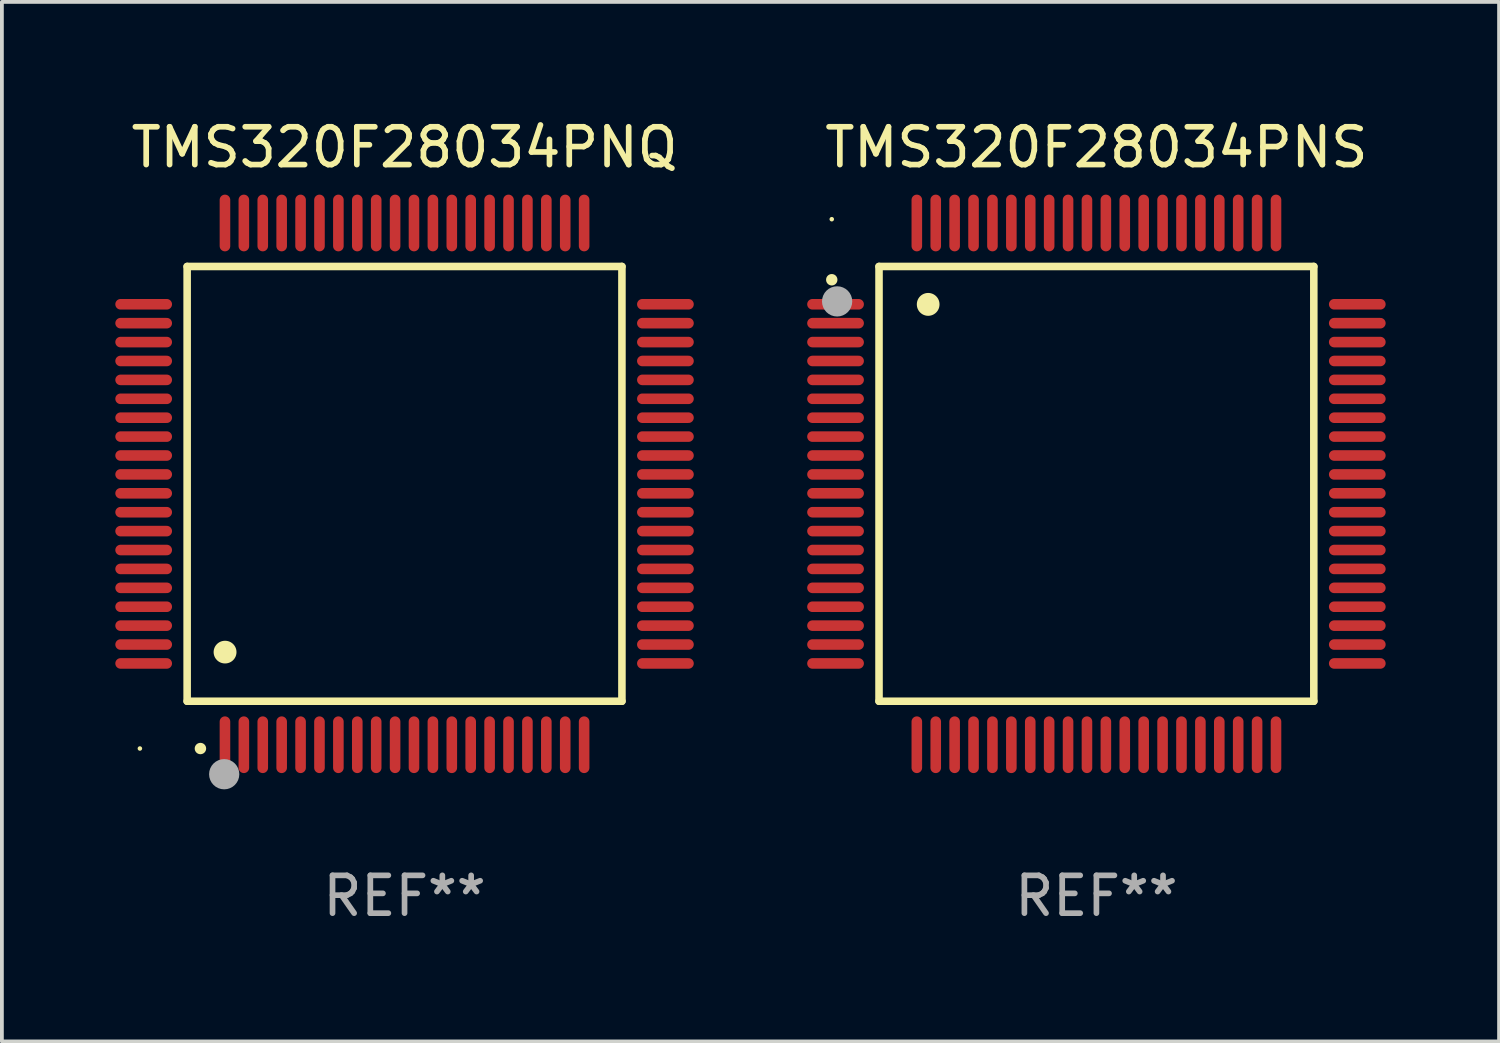
<source format=kicad_pcb>
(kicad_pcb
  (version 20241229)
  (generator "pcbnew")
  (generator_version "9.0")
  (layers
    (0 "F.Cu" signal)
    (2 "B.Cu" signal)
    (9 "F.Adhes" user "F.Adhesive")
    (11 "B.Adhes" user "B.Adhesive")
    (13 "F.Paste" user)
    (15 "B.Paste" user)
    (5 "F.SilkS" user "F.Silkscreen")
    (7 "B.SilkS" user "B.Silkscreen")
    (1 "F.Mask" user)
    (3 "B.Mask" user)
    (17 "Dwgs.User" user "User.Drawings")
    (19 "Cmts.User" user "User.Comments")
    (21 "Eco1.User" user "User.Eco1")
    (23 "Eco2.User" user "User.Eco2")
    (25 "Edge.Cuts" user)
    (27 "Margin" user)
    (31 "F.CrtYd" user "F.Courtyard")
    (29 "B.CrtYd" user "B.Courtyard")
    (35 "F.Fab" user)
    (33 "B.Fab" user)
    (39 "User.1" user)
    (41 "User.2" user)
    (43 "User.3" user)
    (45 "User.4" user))
  (footprint "TMS320F28034PNS"
    (layer "F.Cu")
    (at 25.95 9.748)
    (property "Reference" "TMS320F28034PNS" (at 0 -8.9 0) (layer "F.SilkS") (effects (font (size 1 1) (thickness 0.15))))
    (attr through_hole)
    (fp_line (start -5.75 -5.75) (end 5.75 -5.75) (stroke (width 0.2) (type solid)) (layer "F.SilkS"))
    (fp_line (start -5.75 5.75) (end -5.75 -5.75) (stroke (width 0.2) (type solid)) (layer "F.SilkS"))
    (fp_line (start 5.75 -5.75) (end 5.75 5.75) (stroke (width 0.2) (type solid)) (layer "F.SilkS"))
    (fp_line (start 5.75 5.75) (end -5.75 5.75) (stroke (width 0.2) (type solid)) (layer "F.SilkS"))
    (fp_arc (start -7.000229 -5.397435) (mid -7.000234 -5.398705) (end -7.000229 -5.399975) (stroke (width 0.3) (type solid)) (layer "F.SilkS"))
    (fp_arc (start -4.450064 -4.744653) (mid -4.450075 -4.747193) (end -4.450064 -4.749733) (stroke (width 0.6) (type solid)) (layer "F.SilkS"))
    (fp_circle (center -7 -7) (end -6.97 -7) (stroke (width 0.06) (type solid)) (fill no) (layer "F.SilkS"))
    (fp_circle (center -6.858 -4.826) (end -6.658 -4.826) (stroke (width 0.4) (type solid)) (fill no) (layer "F.Fab"))
    (fp_text user "REF**" (at 0 10.9 0) (layer "F.Fab") (effects (font (size 1 1) (thickness 0.15))))
    (pad "1" smd oval (at -6.9 -4.75 90) (size 0.28 1.5) (layers "F.Cu" "F.Mask" "F.Paste"))
    (pad "2" smd oval (at -6.9 -4.25 90) (size 0.28 1.5) (layers "F.Cu" "F.Mask" "F.Paste"))
    (pad "3" smd oval (at -6.9 -3.75 90) (size 0.28 1.5) (layers "F.Cu" "F.Mask" "F.Paste"))
    (pad "4" smd oval (at -6.9 -3.25 90) (size 0.28 1.5) (layers "F.Cu" "F.Mask" "F.Paste"))
    (pad "5" smd oval (at -6.9 -2.75 90) (size 0.28 1.5) (layers "F.Cu" "F.Mask" "F.Paste"))
    (pad "6" smd oval (at -6.9 -2.25 90) (size 0.28 1.5) (layers "F.Cu" "F.Mask" "F.Paste"))
    (pad "7" smd oval (at -6.9 -1.75 90) (size 0.28 1.5) (layers "F.Cu" "F.Mask" "F.Paste"))
    (pad "8" smd oval (at -6.9 -1.25 90) (size 0.28 1.5) (layers "F.Cu" "F.Mask" "F.Paste"))
    (pad "9" smd oval (at -6.9 -0.75 90) (size 0.28 1.5) (layers "F.Cu" "F.Mask" "F.Paste"))
    (pad "10" smd oval (at -6.9 -0.25 90) (size 0.28 1.5) (layers "F.Cu" "F.Mask" "F.Paste"))
    (pad "11" smd oval (at -6.9 0.25 90) (size 0.28 1.5) (layers "F.Cu" "F.Mask" "F.Paste"))
    (pad "12" smd oval (at -6.9 0.75 90) (size 0.28 1.5) (layers "F.Cu" "F.Mask" "F.Paste"))
    (pad "13" smd oval (at -6.9 1.25 90) (size 0.28 1.5) (layers "F.Cu" "F.Mask" "F.Paste"))
    (pad "14" smd oval (at -6.9 1.75 90) (size 0.28 1.5) (layers "F.Cu" "F.Mask" "F.Paste"))
    (pad "15" smd oval (at -6.9 2.25 90) (size 0.28 1.5) (layers "F.Cu" "F.Mask" "F.Paste"))
    (pad "16" smd oval (at -6.9 2.75 90) (size 0.28 1.5) (layers "F.Cu" "F.Mask" "F.Paste"))
    (pad "17" smd oval (at -6.9 3.25 90) (size 0.28 1.5) (layers "F.Cu" "F.Mask" "F.Paste"))
    (pad "18" smd oval (at -6.9 3.75 90) (size 0.28 1.5) (layers "F.Cu" "F.Mask" "F.Paste"))
    (pad "19" smd oval (at -6.9 4.25 90) (size 0.28 1.5) (layers "F.Cu" "F.Mask" "F.Paste"))
    (pad "20" smd oval (at -6.9 4.75 270) (size 0.28 1.5) (layers "F.Cu" "F.Mask" "F.Paste"))
    (pad "21" smd oval (at -4.75 6.9 180) (size 0.28 1.5) (layers "F.Cu" "F.Mask" "F.Paste"))
    (pad "22" smd oval (at -4.25 6.9) (size 0.28 1.5) (layers "F.Cu" "F.Mask" "F.Paste"))
    (pad "23" smd oval (at -3.75 6.9) (size 0.28 1.5) (layers "F.Cu" "F.Mask" "F.Paste"))
    (pad "24" smd oval (at -3.25 6.9) (size 0.28 1.5) (layers "F.Cu" "F.Mask" "F.Paste"))
    (pad "25" smd oval (at -2.75 6.9) (size 0.28 1.5) (layers "F.Cu" "F.Mask" "F.Paste"))
    (pad "26" smd oval (at -2.25 6.9) (size 0.28 1.5) (layers "F.Cu" "F.Mask" "F.Paste"))
    (pad "27" smd oval (at -1.75 6.9) (size 0.28 1.5) (layers "F.Cu" "F.Mask" "F.Paste"))
    (pad "28" smd oval (at -1.25 6.9) (size 0.28 1.5) (layers "F.Cu" "F.Mask" "F.Paste"))
    (pad "29" smd oval (at -0.75 6.9) (size 0.28 1.5) (layers "F.Cu" "F.Mask" "F.Paste"))
    (pad "30" smd oval (at -0.25 6.9) (size 0.28 1.5) (layers "F.Cu" "F.Mask" "F.Paste"))
    (pad "31" smd oval (at 0.25 6.9) (size 0.28 1.5) (layers "F.Cu" "F.Mask" "F.Paste"))
    (pad "32" smd oval (at 0.75 6.9) (size 0.28 1.5) (layers "F.Cu" "F.Mask" "F.Paste"))
    (pad "33" smd oval (at 1.25 6.9) (size 0.28 1.5) (layers "F.Cu" "F.Mask" "F.Paste"))
    (pad "34" smd oval (at 1.75 6.9) (size 0.28 1.5) (layers "F.Cu" "F.Mask" "F.Paste"))
    (pad "35" smd oval (at 2.25 6.9) (size 0.28 1.5) (layers "F.Cu" "F.Mask" "F.Paste"))
    (pad "36" smd oval (at 2.75 6.9) (size 0.28 1.5) (layers "F.Cu" "F.Mask" "F.Paste"))
    (pad "37" smd oval (at 3.25 6.9) (size 0.28 1.5) (layers "F.Cu" "F.Mask" "F.Paste"))
    (pad "38" smd oval (at 3.75 6.9) (size 0.28 1.5) (layers "F.Cu" "F.Mask" "F.Paste"))
    (pad "39" smd oval (at 4.25 6.9) (size 0.28 1.5) (layers "F.Cu" "F.Mask" "F.Paste"))
    (pad "40" smd oval (at 4.75 6.9) (size 0.28 1.5) (layers "F.Cu" "F.Mask" "F.Paste"))
    (pad "41" smd oval (at 6.9 4.75 270) (size 0.28 1.5) (layers "F.Cu" "F.Mask" "F.Paste"))
    (pad "42" smd oval (at 6.9 4.25 90) (size 0.28 1.5) (layers "F.Cu" "F.Mask" "F.Paste"))
    (pad "43" smd oval (at 6.9 3.75 90) (size 0.28 1.5) (layers "F.Cu" "F.Mask" "F.Paste"))
    (pad "44" smd oval (at 6.9 3.25 90) (size 0.28 1.5) (layers "F.Cu" "F.Mask" "F.Paste"))
    (pad "45" smd oval (at 6.9 2.75 90) (size 0.28 1.5) (layers "F.Cu" "F.Mask" "F.Paste"))
    (pad "46" smd oval (at 6.9 2.25 90) (size 0.28 1.5) (layers "F.Cu" "F.Mask" "F.Paste"))
    (pad "47" smd oval (at 6.9 1.75 90) (size 0.28 1.5) (layers "F.Cu" "F.Mask" "F.Paste"))
    (pad "48" smd oval (at 6.9 1.25 90) (size 0.28 1.5) (layers "F.Cu" "F.Mask" "F.Paste"))
    (pad "49" smd oval (at 6.9 0.75 90) (size 0.28 1.5) (layers "F.Cu" "F.Mask" "F.Paste"))
    (pad "50" smd oval (at 6.9 0.25 90) (size 0.28 1.5) (layers "F.Cu" "F.Mask" "F.Paste"))
    (pad "51" smd oval (at 6.9 -0.25 90) (size 0.28 1.5) (layers "F.Cu" "F.Mask" "F.Paste"))
    (pad "52" smd oval (at 6.9 -0.75 90) (size 0.28 1.5) (layers "F.Cu" "F.Mask" "F.Paste"))
    (pad "53" smd oval (at 6.9 -1.25 90) (size 0.28 1.5) (layers "F.Cu" "F.Mask" "F.Paste"))
    (pad "54" smd oval (at 6.9 -1.75 90) (size 0.28 1.5) (layers "F.Cu" "F.Mask" "F.Paste"))
    (pad "55" smd oval (at 6.9 -2.25 90) (size 0.28 1.5) (layers "F.Cu" "F.Mask" "F.Paste"))
    (pad "56" smd oval (at 6.9 -2.75 90) (size 0.28 1.5) (layers "F.Cu" "F.Mask" "F.Paste"))
    (pad "57" smd oval (at 6.9 -3.25 90) (size 0.28 1.5) (layers "F.Cu" "F.Mask" "F.Paste"))
    (pad "58" smd oval (at 6.9 -3.75 90) (size 0.28 1.5) (layers "F.Cu" "F.Mask" "F.Paste"))
    (pad "59" smd oval (at 6.9 -4.25 90) (size 0.28 1.5) (layers "F.Cu" "F.Mask" "F.Paste"))
    (pad "60" smd oval (at 6.9 -4.75 90) (size 0.28 1.5) (layers "F.Cu" "F.Mask" "F.Paste"))
    (pad "61" smd oval (at 4.75 -6.9) (size 0.28 1.5) (layers "F.Cu" "F.Mask" "F.Paste"))
    (pad "62" smd oval (at 4.25 -6.9) (size 0.28 1.5) (layers "F.Cu" "F.Mask" "F.Paste"))
    (pad "63" smd oval (at 3.75 -6.9) (size 0.28 1.5) (layers "F.Cu" "F.Mask" "F.Paste"))
    (pad "64" smd oval (at 3.25 -6.9) (size 0.28 1.5) (layers "F.Cu" "F.Mask" "F.Paste"))
    (pad "65" smd oval (at 2.75 -6.9) (size 0.28 1.5) (layers "F.Cu" "F.Mask" "F.Paste"))
    (pad "66" smd oval (at 2.25 -6.9) (size 0.28 1.5) (layers "F.Cu" "F.Mask" "F.Paste"))
    (pad "67" smd oval (at 1.75 -6.9) (size 0.28 1.5) (layers "F.Cu" "F.Mask" "F.Paste"))
    (pad "68" smd oval (at 1.25 -6.9) (size 0.28 1.5) (layers "F.Cu" "F.Mask" "F.Paste"))
    (pad "69" smd oval (at 0.75 -6.9) (size 0.28 1.5) (layers "F.Cu" "F.Mask" "F.Paste"))
    (pad "70" smd oval (at 0.25 -6.9) (size 0.28 1.5) (layers "F.Cu" "F.Mask" "F.Paste"))
    (pad "71" smd oval (at -0.25 -6.9) (size 0.28 1.5) (layers "F.Cu" "F.Mask" "F.Paste"))
    (pad "72" smd oval (at -0.75 -6.9) (size 0.28 1.5) (layers "F.Cu" "F.Mask" "F.Paste"))
    (pad "73" smd oval (at -1.25 -6.9) (size 0.28 1.5) (layers "F.Cu" "F.Mask" "F.Paste"))
    (pad "74" smd oval (at -1.75 -6.9) (size 0.28 1.5) (layers "F.Cu" "F.Mask" "F.Paste"))
    (pad "75" smd oval (at -2.25 -6.9) (size 0.28 1.5) (layers "F.Cu" "F.Mask" "F.Paste"))
    (pad "76" smd oval (at -2.75 -6.9) (size 0.28 1.5) (layers "F.Cu" "F.Mask" "F.Paste"))
    (pad "77" smd oval (at -3.25 -6.9) (size 0.28 1.5) (layers "F.Cu" "F.Mask" "F.Paste"))
    (pad "78" smd oval (at -3.75 -6.9) (size 0.28 1.5) (layers "F.Cu" "F.Mask" "F.Paste"))
    (pad "79" smd oval (at -4.25 -6.9) (size 0.28 1.5) (layers "F.Cu" "F.Mask" "F.Paste"))
    (pad "80" smd oval (at -4.75 -6.9 180) (size 0.28 1.5) (layers "F.Cu" "F.Mask" "F.Paste")))
  (footprint "TMS320F28034PNQ"
    (layer "F.Cu")
    (at 7.65 9.748)
    (property "Reference" "TMS320F28034PNQ" (at 0 -8.9 0) (layer "F.SilkS") (effects (font (size 1 1) (thickness 0.15))))
    (attr through_hole)
    (fp_line (start -5.75 -5.75) (end 5.75 -5.75) (stroke (width 0.2) (type solid)) (layer "F.SilkS"))
    (fp_line (start -5.75 5.75) (end -5.75 -5.75) (stroke (width 0.2) (type solid)) (layer "F.SilkS"))
    (fp_line (start 5.75 -5.75) (end 5.75 5.75) (stroke (width 0.2) (type solid)) (layer "F.SilkS"))
    (fp_line (start 5.75 5.75) (end -5.75 5.75) (stroke (width 0.2) (type solid)) (layer "F.SilkS"))
    (fp_arc (start -5.400051 7.000254) (mid -5.398781 7.000249) (end -5.397511 7.000254) (stroke (width 0.3) (type solid)) (layer "F.SilkS"))
    (fp_arc (start -4.749809 4.450089) (mid -4.747269 4.450078) (end -4.744729 4.450089) (stroke (width 0.6) (type solid)) (layer "F.SilkS"))
    (fp_circle (center -7 7) (end -6.97 7) (stroke (width 0.06) (type solid)) (fill no) (layer "F.SilkS"))
    (fp_circle (center -4.77 7.68) (end -4.57 7.68) (stroke (width 0.4) (type solid)) (fill no) (layer "F.Fab"))
    (fp_text user "REF**" (at 0 10.9 0) (layer "F.Fab") (effects (font (size 1 1) (thickness 0.15))))
    (pad "1" smd oval (at -4.75 6.9) (size 0.28 1.5) (layers "F.Cu" "F.Mask" "F.Paste"))
    (pad "2" smd oval (at -4.25 6.9) (size 0.28 1.5) (layers "F.Cu" "F.Mask" "F.Paste"))
    (pad "3" smd oval (at -3.75 6.9) (size 0.28 1.5) (layers "F.Cu" "F.Mask" "F.Paste"))
    (pad "4" smd oval (at -3.25 6.9) (size 0.28 1.5) (layers "F.Cu" "F.Mask" "F.Paste"))
    (pad "5" smd oval (at -2.75 6.9) (size 0.28 1.5) (layers "F.Cu" "F.Mask" "F.Paste"))
    (pad "6" smd oval (at -2.25 6.9) (size 0.28 1.5) (layers "F.Cu" "F.Mask" "F.Paste"))
    (pad "7" smd oval (at -1.75 6.9) (size 0.28 1.5) (layers "F.Cu" "F.Mask" "F.Paste"))
    (pad "8" smd oval (at -1.25 6.9) (size 0.28 1.5) (layers "F.Cu" "F.Mask" "F.Paste"))
    (pad "9" smd oval (at -0.75 6.9) (size 0.28 1.5) (layers "F.Cu" "F.Mask" "F.Paste"))
    (pad "10" smd oval (at -0.25 6.9) (size 0.28 1.5) (layers "F.Cu" "F.Mask" "F.Paste"))
    (pad "11" smd oval (at 0.25 6.9) (size 0.28 1.5) (layers "F.Cu" "F.Mask" "F.Paste"))
    (pad "12" smd oval (at 0.75 6.9) (size 0.28 1.5) (layers "F.Cu" "F.Mask" "F.Paste"))
    (pad "13" smd oval (at 1.25 6.9) (size 0.28 1.5) (layers "F.Cu" "F.Mask" "F.Paste"))
    (pad "14" smd oval (at 1.75 6.9) (size 0.28 1.5) (layers "F.Cu" "F.Mask" "F.Paste"))
    (pad "15" smd oval (at 2.25 6.9) (size 0.28 1.5) (layers "F.Cu" "F.Mask" "F.Paste"))
    (pad "16" smd oval (at 2.75 6.9) (size 0.28 1.5) (layers "F.Cu" "F.Mask" "F.Paste"))
    (pad "17" smd oval (at 3.25 6.9) (size 0.28 1.5) (layers "F.Cu" "F.Mask" "F.Paste"))
    (pad "18" smd oval (at 3.75 6.9) (size 0.28 1.5) (layers "F.Cu" "F.Mask" "F.Paste"))
    (pad "19" smd oval (at 4.25 6.9) (size 0.28 1.5) (layers "F.Cu" "F.Mask" "F.Paste"))
    (pad "20" smd oval (at 4.75 6.9) (size 0.28 1.5) (layers "F.Cu" "F.Mask" "F.Paste"))
    (pad "21" smd oval (at 6.9 4.75) (size 1.5 0.28) (layers "F.Cu" "F.Mask" "F.Paste"))
    (pad "22" smd oval (at 6.9 4.25) (size 1.5 0.28) (layers "F.Cu" "F.Mask" "F.Paste"))
    (pad "23" smd oval (at 6.9 3.75) (size 1.5 0.28) (layers "F.Cu" "F.Mask" "F.Paste"))
    (pad "24" smd oval (at 6.9 3.25) (size 1.5 0.28) (layers "F.Cu" "F.Mask" "F.Paste"))
    (pad "25" smd oval (at 6.9 2.75) (size 1.5 0.28) (layers "F.Cu" "F.Mask" "F.Paste"))
    (pad "26" smd oval (at 6.9 2.25) (size 1.5 0.28) (layers "F.Cu" "F.Mask" "F.Paste"))
    (pad "27" smd oval (at 6.9 1.75) (size 1.5 0.28) (layers "F.Cu" "F.Mask" "F.Paste"))
    (pad "28" smd oval (at 6.9 1.25) (size 1.5 0.28) (layers "F.Cu" "F.Mask" "F.Paste"))
    (pad "29" smd oval (at 6.9 0.75) (size 1.5 0.28) (layers "F.Cu" "F.Mask" "F.Paste"))
    (pad "30" smd oval (at 6.9 0.25) (size 1.5 0.28) (layers "F.Cu" "F.Mask" "F.Paste"))
    (pad "31" smd oval (at 6.9 -0.25) (size 1.5 0.28) (layers "F.Cu" "F.Mask" "F.Paste"))
    (pad "32" smd oval (at 6.9 -0.75) (size 1.5 0.28) (layers "F.Cu" "F.Mask" "F.Paste"))
    (pad "33" smd oval (at 6.9 -1.25) (size 1.5 0.28) (layers "F.Cu" "F.Mask" "F.Paste"))
    (pad "34" smd oval (at 6.9 -1.75) (size 1.5 0.28) (layers "F.Cu" "F.Mask" "F.Paste"))
    (pad "35" smd oval (at 6.9 -2.25) (size 1.5 0.28) (layers "F.Cu" "F.Mask" "F.Paste"))
    (pad "36" smd oval (at 6.9 -2.75) (size 1.5 0.28) (layers "F.Cu" "F.Mask" "F.Paste"))
    (pad "37" smd oval (at 6.9 -3.25) (size 1.5 0.28) (layers "F.Cu" "F.Mask" "F.Paste"))
    (pad "38" smd oval (at 6.9 -3.75) (size 1.5 0.28) (layers "F.Cu" "F.Mask" "F.Paste"))
    (pad "39" smd oval (at 6.9 -4.25) (size 1.5 0.28) (layers "F.Cu" "F.Mask" "F.Paste"))
    (pad "40" smd oval (at 6.9 -4.75) (size 1.5 0.28) (layers "F.Cu" "F.Mask" "F.Paste"))
    (pad "41" smd oval (at 4.75 -6.9) (size 0.28 1.5) (layers "F.Cu" "F.Mask" "F.Paste"))
    (pad "42" smd oval (at 4.25 -6.9) (size 0.28 1.5) (layers "F.Cu" "F.Mask" "F.Paste"))
    (pad "43" smd oval (at 3.75 -6.9) (size 0.28 1.5) (layers "F.Cu" "F.Mask" "F.Paste"))
    (pad "44" smd oval (at 3.25 -6.9) (size 0.28 1.5) (layers "F.Cu" "F.Mask" "F.Paste"))
    (pad "45" smd oval (at 2.75 -6.9) (size 0.28 1.5) (layers "F.Cu" "F.Mask" "F.Paste"))
    (pad "46" smd oval (at 2.25 -6.9) (size 0.28 1.5) (layers "F.Cu" "F.Mask" "F.Paste"))
    (pad "47" smd oval (at 1.75 -6.9) (size 0.28 1.5) (layers "F.Cu" "F.Mask" "F.Paste"))
    (pad "48" smd oval (at 1.25 -6.9) (size 0.28 1.5) (layers "F.Cu" "F.Mask" "F.Paste"))
    (pad "49" smd oval (at 0.75 -6.9) (size 0.28 1.5) (layers "F.Cu" "F.Mask" "F.Paste"))
    (pad "50" smd oval (at 0.25 -6.9) (size 0.28 1.5) (layers "F.Cu" "F.Mask" "F.Paste"))
    (pad "51" smd oval (at -0.25 -6.9) (size 0.28 1.5) (layers "F.Cu" "F.Mask" "F.Paste"))
    (pad "52" smd oval (at -0.75 -6.9) (size 0.28 1.5) (layers "F.Cu" "F.Mask" "F.Paste"))
    (pad "53" smd oval (at -1.25 -6.9) (size 0.28 1.5) (layers "F.Cu" "F.Mask" "F.Paste"))
    (pad "54" smd oval (at -1.75 -6.9) (size 0.28 1.5) (layers "F.Cu" "F.Mask" "F.Paste"))
    (pad "55" smd oval (at -2.25 -6.9) (size 0.28 1.5) (layers "F.Cu" "F.Mask" "F.Paste"))
    (pad "56" smd oval (at -2.75 -6.9) (size 0.28 1.5) (layers "F.Cu" "F.Mask" "F.Paste"))
    (pad "57" smd oval (at -3.25 -6.9) (size 0.28 1.5) (layers "F.Cu" "F.Mask" "F.Paste"))
    (pad "58" smd oval (at -3.75 -6.9) (size 0.28 1.5) (layers "F.Cu" "F.Mask" "F.Paste"))
    (pad "59" smd oval (at -4.25 -6.9) (size 0.28 1.5) (layers "F.Cu" "F.Mask" "F.Paste"))
    (pad "60" smd oval (at -4.75 -6.9) (size 0.28 1.5) (layers "F.Cu" "F.Mask" "F.Paste"))
    (pad "61" smd oval (at -6.9 -4.75) (size 1.5 0.28) (layers "F.Cu" "F.Mask" "F.Paste"))
    (pad "62" smd oval (at -6.9 -4.25) (size 1.5 0.28) (layers "F.Cu" "F.Mask" "F.Paste"))
    (pad "63" smd oval (at -6.9 -3.75) (size 1.5 0.28) (layers "F.Cu" "F.Mask" "F.Paste"))
    (pad "64" smd oval (at -6.9 -3.25) (size 1.5 0.28) (layers "F.Cu" "F.Mask" "F.Paste"))
    (pad "65" smd oval (at -6.9 -2.75) (size 1.5 0.28) (layers "F.Cu" "F.Mask" "F.Paste"))
    (pad "66" smd oval (at -6.9 -2.25) (size 1.5 0.28) (layers "F.Cu" "F.Mask" "F.Paste"))
    (pad "67" smd oval (at -6.9 -1.75) (size 1.5 0.28) (layers "F.Cu" "F.Mask" "F.Paste"))
    (pad "68" smd oval (at -6.9 -1.25) (size 1.5 0.28) (layers "F.Cu" "F.Mask" "F.Paste"))
    (pad "69" smd oval (at -6.9 -0.75) (size 1.5 0.28) (layers "F.Cu" "F.Mask" "F.Paste"))
    (pad "70" smd oval (at -6.9 -0.25) (size 1.5 0.28) (layers "F.Cu" "F.Mask" "F.Paste"))
    (pad "71" smd oval (at -6.9 0.25) (size 1.5 0.28) (layers "F.Cu" "F.Mask" "F.Paste"))
    (pad "72" smd oval (at -6.9 0.75) (size 1.5 0.28) (layers "F.Cu" "F.Mask" "F.Paste"))
    (pad "73" smd oval (at -6.9 1.25) (size 1.5 0.28) (layers "F.Cu" "F.Mask" "F.Paste"))
    (pad "74" smd oval (at -6.9 1.75) (size 1.5 0.28) (layers "F.Cu" "F.Mask" "F.Paste"))
    (pad "75" smd oval (at -6.9 2.25) (size 1.5 0.28) (layers "F.Cu" "F.Mask" "F.Paste"))
    (pad "76" smd oval (at -6.9 2.75) (size 1.5 0.28) (layers "F.Cu" "F.Mask" "F.Paste"))
    (pad "77" smd oval (at -6.9 3.25) (size 1.5 0.28) (layers "F.Cu" "F.Mask" "F.Paste"))
    (pad "78" smd oval (at -6.9 3.75) (size 1.5 0.28) (layers "F.Cu" "F.Mask" "F.Paste"))
    (pad "79" smd oval (at -6.9 4.25) (size 1.5 0.28) (layers "F.Cu" "F.Mask" "F.Paste"))
    (pad "80" smd oval (at -6.9 4.75) (size 1.5 0.28) (layers "F.Cu" "F.Mask" "F.Paste")))
  (gr_rect
    (start -3 -3)
    (end 36.6 24.496)
    (stroke (width 0.1) (type default))
    (fill no)
    (layer "Edge.Cuts")))
</source>
